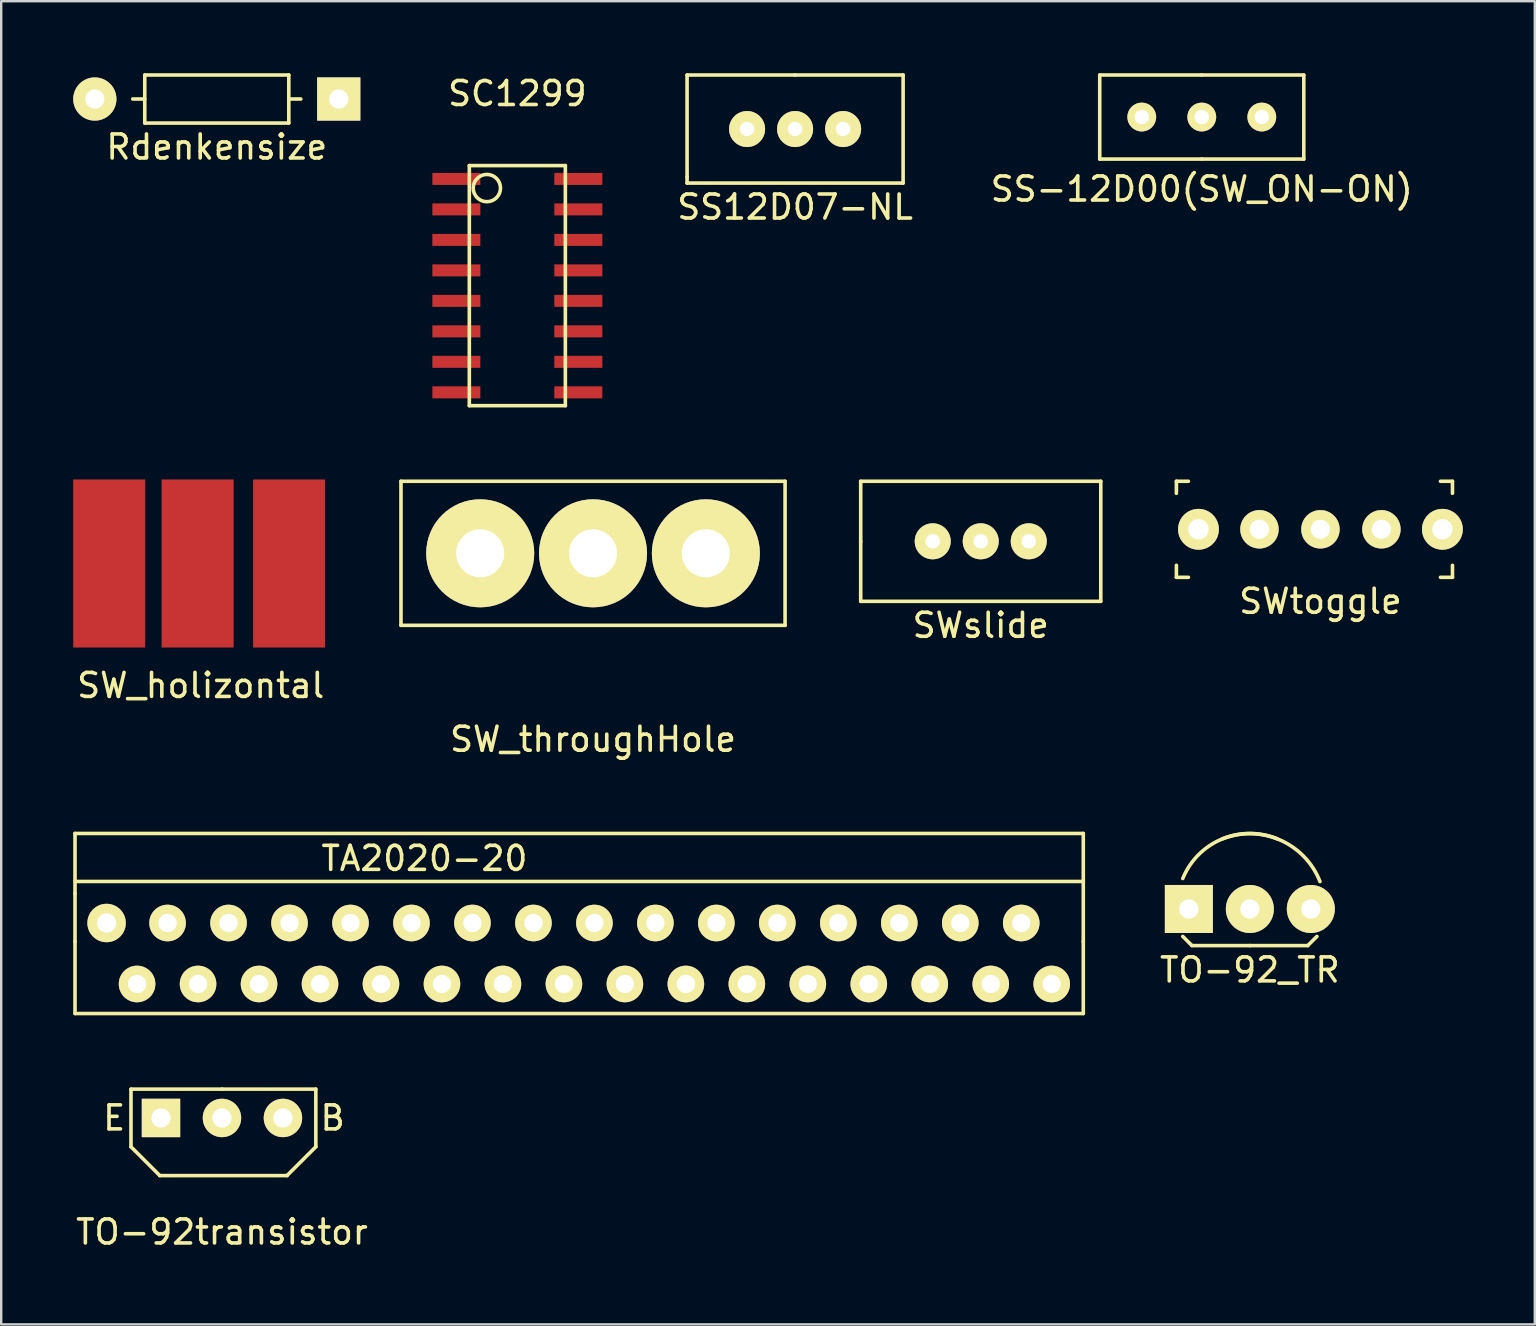
<source format=kicad_pcb>
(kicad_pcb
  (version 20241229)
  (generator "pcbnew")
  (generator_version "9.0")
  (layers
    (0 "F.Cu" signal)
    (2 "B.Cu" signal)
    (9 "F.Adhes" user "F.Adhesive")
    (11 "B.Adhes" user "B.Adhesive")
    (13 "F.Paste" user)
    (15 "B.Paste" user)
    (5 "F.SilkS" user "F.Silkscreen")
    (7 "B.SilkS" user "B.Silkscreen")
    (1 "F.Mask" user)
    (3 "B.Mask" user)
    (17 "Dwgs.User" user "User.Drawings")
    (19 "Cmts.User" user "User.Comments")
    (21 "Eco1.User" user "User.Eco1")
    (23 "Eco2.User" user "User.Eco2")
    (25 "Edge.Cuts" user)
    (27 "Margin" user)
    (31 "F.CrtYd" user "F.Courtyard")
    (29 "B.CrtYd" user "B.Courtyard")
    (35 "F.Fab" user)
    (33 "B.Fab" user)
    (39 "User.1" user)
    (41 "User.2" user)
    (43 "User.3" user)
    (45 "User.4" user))
  (footprint "TO-92transistor"
    (layer "F.Cu")
    (at 6.196 43.519)
    (property "Reference" "TO-92transistor" (at 0 4.75 0) (layer "F.SilkS") (effects (font (size 1 1) (thickness 0.15))))
    (attr through_hole)
    (fp_line (start -3.79 -1.2) (end -3.79 1.2) (stroke (width 0.15) (type solid)) (layer "F.SilkS"))
    (fp_line (start -3.79 1.2) (end -2.59 2.4) (stroke (width 0.15) (type solid)) (layer "F.SilkS"))
    (fp_line (start 0.01 -1.2) (end -3.79 -1.2) (stroke (width 0.15) (type solid)) (layer "F.SilkS"))
    (fp_line (start 0.01 -1.2) (end 3.91 -1.2) (stroke (width 0.15) (type solid)) (layer "F.SilkS"))
    (fp_line (start 2.71 2.4) (end -2.59 2.4) (stroke (width 0.15) (type solid)) (layer "F.SilkS"))
    (fp_line (start 3.91 -1.2) (end 3.91 1.2) (stroke (width 0.15) (type solid)) (layer "F.SilkS"))
    (fp_line (start 3.91 1.2) (end 2.71 2.4) (stroke (width 0.15) (type solid)) (layer "F.SilkS"))
    (fp_text user "B" (at 4.61 0 0) (layer "F.SilkS") (effects (font (size 1 1) (thickness 0.15))))
    (fp_text user "E" (at -4.49 0 0) (layer "F.SilkS") (effects (font (size 1 1) (thickness 0.15))))
    (pad "1" thru_hole rect (at -2.54 0) (size 1.6 1.6) (drill 0.8) (layers "*.Cu" "*.Mask" "F.SilkS"))
    (pad "2" thru_hole circle (at 0 0) (size 1.6 1.6) (drill 0.8) (layers "*.Cu" "*.Mask" "F.SilkS"))
    (pad "3" thru_hole circle (at 2.54 0) (size 1.6 1.6) (drill 0.8) (layers "*.Cu" "*.Mask" "F.SilkS")))
  (footprint "SS-12D00(SW_ON-ON)"
    (layer "F.Cu")
    (at 47.01 1.825)
    (property "Reference" "SS-12D00(SW_ON-ON)" (at 0 3 0) (layer "F.SilkS") (effects (font (size 1 1) (thickness 0.15))))
    (attr through_hole)
    (fp_line (start -4.25 -1.75) (end 0 -1.75) (stroke (width 0.15) (type solid)) (layer "F.SilkS"))
    (fp_line (start -4.25 1.75) (end -4.25 -1.75) (stroke (width 0.15) (type solid)) (layer "F.SilkS"))
    (fp_line (start 0 -1.75) (end 4.25 -1.75) (stroke (width 0.15) (type solid)) (layer "F.SilkS"))
    (fp_line (start 0 1.75) (end -4.25 1.75) (stroke (width 0.15) (type solid)) (layer "F.SilkS"))
    (fp_line (start 4.25 -1.75) (end 4.25 1.75) (stroke (width 0.15) (type solid)) (layer "F.SilkS"))
    (fp_line (start 4.25 1.75) (end 0 1.75) (stroke (width 0.15) (type solid)) (layer "F.SilkS"))
    (pad "1" thru_hole circle (at -2.5 0) (size 1.2 1.2) (drill 0.6) (layers "*.Cu" "*.Mask" "F.SilkS"))
    (pad "2" thru_hole circle (at 0 0) (size 1.2 1.2) (drill 0.6) (layers "*.Cu" "*.Mask" "F.SilkS"))
    (pad "3" thru_hole circle (at 2.5 0) (size 1.2 1.2) (drill 0.6) (layers "*.Cu" "*.Mask" "F.SilkS")))
  (footprint "SS12D07-NL"
    (layer "F.Cu")
    (at 30.07 2.325)
    (property "Reference" "SS12D07-NL" (at 0 3.25 0) (layer "F.SilkS") (effects (font (size 1 1) (thickness 0.15))))
    (attr through_hole)
    (fp_line (start -4.5 -2.25) (end -4.5 2) (stroke (width 0.15) (type solid)) (layer "F.SilkS"))
    (fp_line (start -4.5 2) (end -4.5 2.25) (stroke (width 0.15) (type solid)) (layer "F.SilkS"))
    (fp_line (start -4.5 2.25) (end 4.5 2.25) (stroke (width 0.15) (type solid)) (layer "F.SilkS"))
    (fp_line (start 0 -2.25) (end -4.5 -2.25) (stroke (width 0.15) (type solid)) (layer "F.SilkS"))
    (fp_line (start 4.5 -2.25) (end 0 -2.25) (stroke (width 0.15) (type solid)) (layer "F.SilkS"))
    (fp_line (start 4.5 2.25) (end 4.5 -2.25) (stroke (width 0.15) (type solid)) (layer "F.SilkS"))
    (pad "1" thru_hole circle (at -2 0) (size 1.5 1.5) (drill 0.6) (layers "*.Cu" "*.Mask" "F.SilkS"))
    (pad "2" thru_hole circle (at 0 0) (size 1.5 1.5) (drill 0.6) (layers "*.Cu" "*.Mask" "F.SilkS"))
    (pad "3" thru_hole circle (at 2 0) (size 1.5 1.5) (drill 0.6) (layers "*.Cu" "*.Mask" "F.SilkS")))
  (footprint "TO-92_TR"
    (layer "F.Cu")
    (at 49.013 34.814)
    (property "Reference" "TO-92_TR" (at 0 2.54 0) (layer "F.SilkS") (effects (font (size 1 1) (thickness 0.15))))
    (attr through_hole)
    (fp_line (start -2.413 1.524) (end -2.794 1.143) (stroke (width 0.15) (type solid)) (layer "F.SilkS"))
    (fp_line (start 0 1.524) (end -2.413 1.524) (stroke (width 0.15) (type solid)) (layer "F.SilkS"))
    (fp_line (start 0 1.524) (end 2.413 1.524) (stroke (width 0.15) (type solid)) (layer "F.SilkS"))
    (fp_line (start 2.413 1.524) (end 2.794 1.143) (stroke (width 0.15) (type solid)) (layer "F.SilkS"))
    (fp_arc (start -2.794 -1.27) (mid -1.167433 -2.910879) (end 1.143 -2.921) (stroke (width 0.15) (type solid)) (layer "F.SilkS"))
    (fp_arc (start -1.143 -2.921) (mid 1.257236 -2.873682) (end 2.921 -1.143) (stroke (width 0.15) (type solid)) (layer "F.SilkS"))
    (pad "1" thru_hole rect (at -2.54 0) (size 2 2) (drill 0.8) (layers "*.Cu" "*.Mask" "F.SilkS"))
    (pad "2" thru_hole circle (at 0 0) (size 2 2) (drill 0.8) (layers "*.Cu" "*.Mask" "F.SilkS"))
    (pad "3" thru_hole circle (at 2.54 0) (size 2 2) (drill 0.8) (layers "*.Cu" "*.Mask" "F.SilkS")))
  (footprint "SWtoggle"
    (layer "F.Cu")
    (at 51.953 18.998)
    (property "Reference" "SWtoggle" (at 0 3 0) (layer "F.SilkS") (effects (font (size 1 1) (thickness 0.15))))
    (attr through_hole)
    (fp_line (start -6 -2) (end -5.5 -2) (stroke (width 0.15) (type solid)) (layer "F.SilkS"))
    (fp_line (start -6 -1.5) (end -6 -2) (stroke (width 0.15) (type solid)) (layer "F.SilkS"))
    (fp_line (start -6 1.5) (end -6 2) (stroke (width 0.15) (type solid)) (layer "F.SilkS"))
    (fp_line (start -6 2) (end -5.5 2) (stroke (width 0.15) (type solid)) (layer "F.SilkS"))
    (fp_line (start 5 -2) (end 5.5 -2) (stroke (width 0.15) (type solid)) (layer "F.SilkS"))
    (fp_line (start 5 2) (end 5.5 2) (stroke (width 0.15) (type solid)) (layer "F.SilkS"))
    (fp_line (start 5.5 -2) (end 5.5 -1.5) (stroke (width 0.15) (type solid)) (layer "F.SilkS"))
    (fp_line (start 5.5 2) (end 5.5 1.5) (stroke (width 0.15) (type solid)) (layer "F.SilkS"))
    (pad "1" thru_hole circle (at -2.54 0) (size 1.6 1.6) (drill 0.8) (layers "*.Cu" "*.Mask" "F.SilkS"))
    (pad "2" thru_hole circle (at 0 0) (size 1.6 1.6) (drill 0.8) (layers "*.Cu" "*.Mask" "F.SilkS"))
    (pad "3" thru_hole circle (at 2.54 0) (size 1.6 1.6) (drill 0.8) (layers "*.Cu" "*.Mask" "F.SilkS"))
    (pad "4" thru_hole circle (at -5.08 0) (size 1.7 1.7) (drill 0.85) (layers "*.Cu" "*.Mask" "F.SilkS"))
    (pad "7" thru_hole circle (at 5.08 0) (size 1.7 1.7) (drill 0.85) (layers "*.Cu" "*.Mask" "F.SilkS")))
  (footprint "SC1299"
    (layer "F.Cu")
    (at 18.5 8.848)
    (property "Reference" "SC1299" (at 0 -8 0) (layer "F.SilkS") (effects (font (size 1 1) (thickness 0.15))))
    (attr through_hole)
    (fp_line (start -2 -5) (end -2 5) (stroke (width 0.15) (type solid)) (layer "F.SilkS"))
    (fp_line (start -2 5) (end 2 5) (stroke (width 0.15) (type solid)) (layer "F.SilkS"))
    (fp_line (start 2 -5) (end -2 -5) (stroke (width 0.15) (type solid)) (layer "F.SilkS"))
    (fp_line (start 2 5) (end 2 -5) (stroke (width 0.15) (type solid)) (layer "F.SilkS"))
    (fp_circle (center -1.27 -4.064) (end -0.762 -3.81) (stroke (width 0.15) (type solid)) (fill no) (layer "F.SilkS"))
    (pad "1" smd rect (at -2.54 -4.445) (size 2 0.5) (layers "F.Cu" "F.Mask" "B.Adhes" "F.Paste"))
    (pad "2" smd rect (at -2.54 -3.175) (size 2 0.5) (layers "F.Cu" "F.Mask" "B.Adhes" "F.Paste"))
    (pad "3" smd rect (at -2.54 -1.905) (size 2 0.5) (layers "F.Cu" "F.Mask" "B.Adhes" "F.Paste"))
    (pad "4" smd rect (at -2.54 -0.635) (size 2 0.5) (layers "F.Cu" "F.Mask" "B.Adhes" "F.Paste"))
    (pad "5" smd rect (at -2.54 0.635) (size 2 0.5) (layers "F.Cu" "F.Mask" "B.Adhes" "F.Paste"))
    (pad "6" smd rect (at -2.54 1.905) (size 2 0.5) (layers "F.Cu" "F.Mask" "B.Adhes" "F.Paste"))
    (pad "7" smd rect (at -2.54 3.175) (size 2 0.5) (layers "F.Cu" "F.Mask" "B.Adhes" "F.Paste"))
    (pad "8" smd rect (at -2.54 4.445) (size 2 0.5) (layers "F.Cu" "F.Mask" "B.Adhes" "F.Paste"))
    (pad "9" smd rect (at 2.54 -4.445) (size 2 0.5) (layers "F.Cu" "F.Mask" "B.Adhes" "F.Paste"))
    (pad "10" smd rect (at 2.54 -3.175) (size 2 0.5) (layers "F.Cu" "F.Mask" "B.Adhes" "F.Paste"))
    (pad "11" smd rect (at 2.54 -1.905) (size 2 0.5) (layers "F.Cu" "F.Mask" "B.Adhes" "F.Paste"))
    (pad "12" smd rect (at 2.54 -0.635) (size 2 0.5) (layers "F.Cu" "F.Mask" "B.Adhes" "F.Paste"))
    (pad "13" smd rect (at 2.54 0.635) (size 2 0.5) (layers "F.Cu" "F.Mask" "B.Adhes" "F.Paste"))
    (pad "14" smd rect (at 2.54 1.905) (size 2 0.5) (layers "F.Cu" "F.Mask" "B.Adhes" "F.Paste"))
    (pad "15" smd rect (at 2.54 3.175) (size 2 0.5) (layers "F.Cu" "F.Mask" "B.Adhes" "F.Paste"))
    (pad "16" smd rect (at 2.54 4.445) (size 2 0.5) (layers "F.Cu" "F.Mask" "B.Adhes" "F.Paste")))
  (footprint "TA2020-20"
    (layer "F.Cu")
    (at 20.98 35.248)
    (property "Reference" "TA2020-20" (at -6.35 -2.54 180) (layer "F.SilkS") (effects (font (size 1 1) (thickness 0.15))))
    (attr through_hole)
    (fp_line (start -20.905 -3.58) (end -20.905 -1.08) (stroke (width 0.15) (type solid)) (layer "F.SilkS"))
    (fp_line (start -20.905 0.92) (end -20.905 -1.08) (stroke (width 0.15) (type solid)) (layer "F.SilkS"))
    (fp_line (start -20.905 3.92) (end -20.905 0.92) (stroke (width 0.15) (type solid)) (layer "F.SilkS"))
    (fp_line (start 21.095 -3.58) (end -20.905 -3.58) (stroke (width 0.15) (type solid)) (layer "F.SilkS"))
    (fp_line (start 21.095 -3.58) (end 21.095 0.92) (stroke (width 0.15) (type solid)) (layer "F.SilkS"))
    (fp_line (start 21.095 -1.58) (end -20.905 -1.58) (stroke (width 0.15) (type solid)) (layer "F.SilkS"))
    (fp_line (start 21.095 0.92) (end 21.095 3.92) (stroke (width 0.15) (type solid)) (layer "F.SilkS"))
    (fp_line (start 21.095 3.92) (end -20.905 3.92) (stroke (width 0.15) (type solid)) (layer "F.SilkS"))
    (pad "1" thru_hole circle (at -19.59 0.15 180) (size 1.6 1.6) (drill 0.8) (layers "*.Cu" "*.Mask" "F.SilkS"))
    (pad "2" thru_hole circle (at -18.32 2.69 180) (size 1.524 1.524) (drill 0.762) (layers "*.Cu" "*.Mask" "F.SilkS"))
    (pad "3" thru_hole circle (at -17.05 0.15 180) (size 1.524 1.524) (drill 0.762) (layers "*.Cu" "*.Mask" "F.SilkS"))
    (pad "4" thru_hole circle (at -15.78 2.69 180) (size 1.524 1.524) (drill 0.762) (layers "*.Cu" "*.Mask" "F.SilkS"))
    (pad "5" thru_hole circle (at -14.51 0.15 180) (size 1.524 1.524) (drill 0.762) (layers "*.Cu" "*.Mask" "F.SilkS"))
    (pad "6" thru_hole circle (at -13.24 2.69 180) (size 1.524 1.524) (drill 0.762) (layers "*.Cu" "*.Mask" "F.SilkS"))
    (pad "7" thru_hole circle (at -11.97 0.15 180) (size 1.524 1.524) (drill 0.762) (layers "*.Cu" "*.Mask" "F.SilkS"))
    (pad "8" thru_hole circle (at -10.7 2.69 180) (size 1.524 1.524) (drill 0.762) (layers "*.Cu" "*.Mask" "F.SilkS"))
    (pad "9" thru_hole circle (at -9.43 0.15 180) (size 1.524 1.524) (drill 0.762) (layers "*.Cu" "*.Mask" "F.SilkS"))
    (pad "10" thru_hole circle (at -8.16 2.69 180) (size 1.524 1.524) (drill 0.762) (layers "*.Cu" "*.Mask" "F.SilkS"))
    (pad "11" thru_hole circle (at -6.89 0.15 180) (size 1.524 1.524) (drill 0.762) (layers "*.Cu" "*.Mask" "F.SilkS"))
    (pad "12" thru_hole circle (at -5.62 2.69 180) (size 1.524 1.524) (drill 0.762) (layers "*.Cu" "*.Mask" "F.SilkS"))
    (pad "13" thru_hole circle (at -4.35 0.15 180) (size 1.524 1.524) (drill 0.762) (layers "*.Cu" "*.Mask" "F.SilkS"))
    (pad "14" thru_hole circle (at -3.08 2.69 180) (size 1.524 1.524) (drill 0.762) (layers "*.Cu" "*.Mask" "F.SilkS"))
    (pad "15" thru_hole circle (at -1.81 0.15 180) (size 1.524 1.524) (drill 0.762) (layers "*.Cu" "*.Mask" "F.SilkS"))
    (pad "16" thru_hole circle (at -0.54 2.69 180) (size 1.524 1.524) (drill 0.762) (layers "*.Cu" "*.Mask" "F.SilkS"))
    (pad "17" thru_hole circle (at 0.73 0.15 180) (size 1.524 1.524) (drill 0.762) (layers "*.Cu" "*.Mask" "F.SilkS"))
    (pad "18" thru_hole circle (at 2 2.69 180) (size 1.524 1.524) (drill 0.762) (layers "*.Cu" "*.Mask" "F.SilkS"))
    (pad "19" thru_hole circle (at 3.27 0.15 180) (size 1.524 1.524) (drill 0.762) (layers "*.Cu" "*.Mask" "F.SilkS"))
    (pad "20" thru_hole circle (at 4.54 2.69 180) (size 1.524 1.524) (drill 0.762) (layers "*.Cu" "*.Mask" "F.SilkS"))
    (pad "21" thru_hole circle (at 5.81 0.15 180) (size 1.524 1.524) (drill 0.762) (layers "*.Cu" "*.Mask" "F.SilkS"))
    (pad "22" thru_hole circle (at 7.08 2.69 180) (size 1.524 1.524) (drill 0.762) (layers "*.Cu" "*.Mask" "F.SilkS"))
    (pad "23" thru_hole circle (at 8.35 0.15 180) (size 1.524 1.524) (drill 0.762) (layers "*.Cu" "*.Mask" "F.SilkS"))
    (pad "24" thru_hole circle (at 9.62 2.69 180) (size 1.524 1.524) (drill 0.762) (layers "*.Cu" "*.Mask" "F.SilkS"))
    (pad "25" thru_hole circle (at 10.89 0.15 180) (size 1.524 1.524) (drill 0.762) (layers "*.Cu" "*.Mask" "F.SilkS"))
    (pad "26" thru_hole circle (at 12.16 2.69 180) (size 1.524 1.524) (drill 0.762) (layers "*.Cu" "*.Mask" "F.SilkS"))
    (pad "27" thru_hole circle (at 13.43 0.15 180) (size 1.524 1.524) (drill 0.762) (layers "*.Cu" "*.Mask" "F.SilkS"))
    (pad "28" thru_hole circle (at 14.7 2.69 180) (size 1.524 1.524) (drill 0.762) (layers "*.Cu" "*.Mask" "F.SilkS"))
    (pad "29" thru_hole circle (at 15.97 0.15 180) (size 1.524 1.524) (drill 0.762) (layers "*.Cu" "*.Mask" "F.SilkS"))
    (pad "30" thru_hole circle (at 17.24 2.69 180) (size 1.524 1.524) (drill 0.762) (layers "*.Cu" "*.Mask" "F.SilkS"))
    (pad "31" thru_hole circle (at 18.51 0.15 180) (size 1.524 1.524) (drill 0.762) (layers "*.Cu" "*.Mask" "F.SilkS"))
    (pad "32" thru_hole circle (at 19.78 2.69 180) (size 1.524 1.524) (drill 0.762) (layers "*.Cu" "*.Mask" "F.SilkS")))
  (footprint "Rdenkensize"
    (layer "F.Cu")
    (at 5.98 1.075)
    (property "Reference" "Rdenkensize" (at 0 2 0) (layer "F.SilkS") (effects (font (size 1 1) (thickness 0.15))))
    (attr through_hole)
    (fp_line (start -3 -1) (end 3 -1) (stroke (width 0.15) (type solid)) (layer "F.SilkS"))
    (fp_line (start -3 0) (end -3.5 0) (stroke (width 0.15) (type solid)) (layer "F.SilkS"))
    (fp_line (start -3 1) (end -3 -1) (stroke (width 0.15) (type solid)) (layer "F.SilkS"))
    (fp_line (start 3 -1) (end 3 1) (stroke (width 0.15) (type solid)) (layer "F.SilkS"))
    (fp_line (start 3 0) (end 3.5 0) (stroke (width 0.15) (type solid)) (layer "F.SilkS"))
    (fp_line (start 3 1) (end -3 1) (stroke (width 0.15) (type solid)) (layer "F.SilkS"))
    (pad "1" thru_hole circle (at -5.08 0) (size 1.8 1.8) (drill 0.8) (layers "*.Cu" "*.Mask" "F.SilkS"))
    (pad "2" thru_hole rect (at 5.08 0) (size 1.8 1.8) (drill 0.8) (layers "*.Cu" "*.Mask" "F.SilkS")))
  (footprint "SWslide"
    (layer "F.Cu")
    (at 37.803 19.498)
    (property "Reference" "SWslide" (at 0 3.5 0) (layer "F.SilkS") (effects (font (size 1 1) (thickness 0.15))))
    (attr through_hole)
    (fp_line (start -5 -2.5) (end 5 -2.5) (stroke (width 0.15) (type solid)) (layer "F.SilkS"))
    (fp_line (start -5 0) (end -5 -2.5) (stroke (width 0.15) (type solid)) (layer "F.SilkS"))
    (fp_line (start -5 2.5) (end -5 0) (stroke (width 0.15) (type solid)) (layer "F.SilkS"))
    (fp_line (start 5 -2.5) (end 5 2.5) (stroke (width 0.15) (type solid)) (layer "F.SilkS"))
    (fp_line (start 5 2.5) (end -5 2.5) (stroke (width 0.15) (type solid)) (layer "F.SilkS"))
    (pad "1" thru_hole circle (at -2 0) (size 1.5 1.5) (drill 0.6) (layers "*.Cu" "*.Mask" "F.SilkS"))
    (pad "2" thru_hole circle (at 0 0) (size 1.5 1.5) (drill 0.6) (layers "*.Cu" "*.Mask" "F.SilkS"))
    (pad "3" thru_hole circle (at 2 0) (size 1.5 1.5) (drill 0.6) (layers "*.Cu" "*.Mask" "F.SilkS")))
  (footprint "SW_holizontal"
    (layer "F.Cu")
    (at 5.31 20.423)
    (property "Reference" "SW_holizontal" (at 0 5.08 0) (layer "F.SilkS") (effects (font (size 1 1) (thickness 0.15))))
    (attr through_hole)
    (pad "1" smd rect (at -3.81 0) (size 3 7) (layers "F.Cu" "F.Mask" "F.Paste"))
    (pad "2" smd rect (at -0.127 0) (size 3 7) (layers "F.Cu" "F.Mask" "F.Paste"))
    (pad "3" smd rect (at 3.683 0) (size 3 7) (layers "F.Cu" "F.Mask" "F.Paste")))
  (footprint "SW_throughHole"
    (layer "F.Cu")
    (at 21.653 19.998)
    (property "Reference" "SW_throughHole" (at 0 7.747 0) (layer "F.SilkS") (effects (font (size 1 1) (thickness 0.15))))
    (attr through_hole)
    (fp_line (start -8 -3) (end -8 3) (stroke (width 0.15) (type solid)) (layer "F.SilkS"))
    (fp_line (start -8 3) (end 8 3) (stroke (width 0.15) (type solid)) (layer "F.SilkS"))
    (fp_line (start 8 -3) (end -8 -3) (stroke (width 0.15) (type solid)) (layer "F.SilkS"))
    (fp_line (start 8 3) (end 8 -3) (stroke (width 0.15) (type solid)) (layer "F.SilkS"))
    (pad "1" thru_hole circle (at -4.7 0) (size 4.5 4.5) (drill 2) (layers "*.Cu" "*.Mask" "F.SilkS"))
    (pad "2" thru_hole circle (at 0 0) (size 4.5 4.5) (drill 2) (layers "*.Cu" "*.Mask" "F.SilkS"))
    (pad "3" thru_hole circle (at 4.7 0) (size 4.5 4.5) (drill 2) (layers "*.Cu" "*.Mask" "F.SilkS")))
  (gr_rect
    (start -3 -3)
    (end 60.883 52.117)
    (stroke (width 0.1) (type default))
    (fill no)
    (layer "Edge.Cuts")))
</source>
